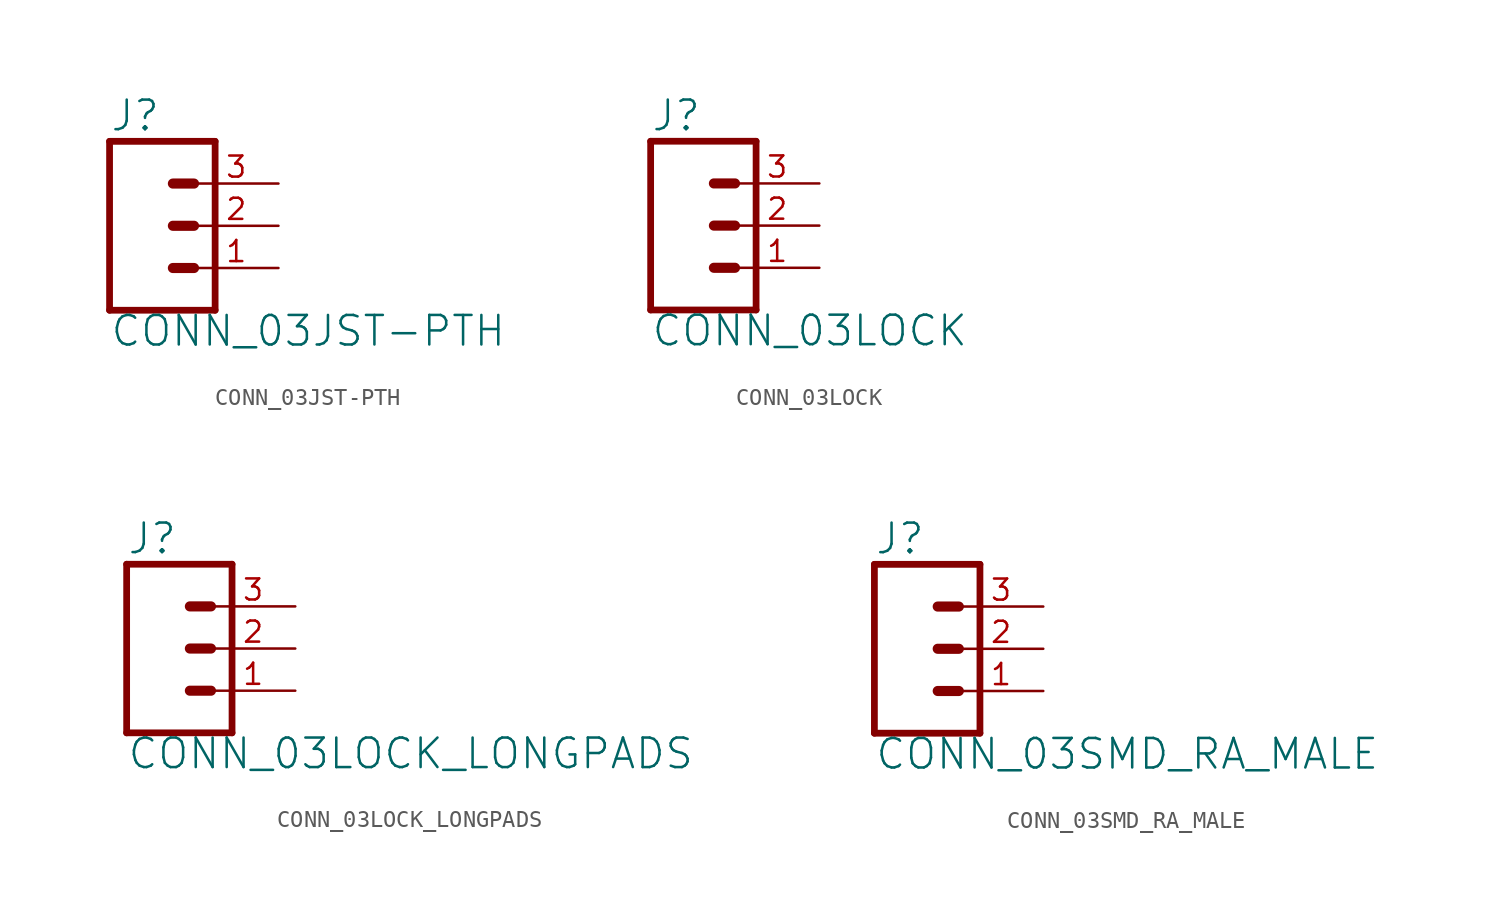
<source format=kicad_sym>
(kicad_symbol_lib
  (version 20220331)
  (generator kicad_symbol_editor)
  (symbol "CONN_03JST-PTH"
    (property "Reference" "J"
      (at -2.54 5.588 0)
      (effects (font (size 1.778 1.778)) (justify left bottom)))
    (property "Value" "CONN_03JST-PTH"
      (at -2.54 -7.366 0)
      (effects (font (size 1.778 1.778)) (justify left bottom)))
    (property "ki_locked" ""
      (at 0 0 0)
      (effects (font (size 1.27 1.27))))
    (symbol "CONN_03JST-PTH_1_0"
      (polyline (pts (xy -2.54 5.08) (xy -2.54 -5.08)) (stroke (width 0.406) (type solid)) (fill (type none)))
      (polyline (pts (xy -2.54 5.08) (xy 3.81 5.08)) (stroke (width 0.406) (type solid)) (fill (type none)))
      (polyline (pts (xy 1.27 -2.54) (xy 2.54 -2.54)) (stroke (width 0.61) (type solid)) (fill (type none)))
      (polyline (pts (xy 1.27 0) (xy 2.54 0)) (stroke (width 0.61) (type solid)) (fill (type none)))
      (polyline (pts (xy 1.27 2.54) (xy 2.54 2.54)) (stroke (width 0.61) (type solid)) (fill (type none)))
      (polyline (pts (xy 3.81 -5.08) (xy -2.54 -5.08)) (stroke (width 0.406) (type solid)) (fill (type none)))
      (polyline (pts (xy 3.81 -5.08) (xy 3.81 5.08)) (stroke (width 0.406) (type solid)) (fill (type none)))
      (pin passive line (at 7.62 -2.54 180) (length 5.08) (name "1" (effects (font (size 0 0)))) (number "1" (effects (font (size 1.27 1.27)))))
      (pin passive line (at 7.62 0 180) (length 5.08) (name "2" (effects (font (size 0 0)))) (number "2" (effects (font (size 1.27 1.27)))))
      (pin passive line (at 7.62 2.54 180) (length 5.08) (name "3" (effects (font (size 0 0)))) (number "3" (effects (font (size 1.27 1.27)))))))
  (symbol "CONN_03LOCK"
    (property "Reference" "J"
      (at -2.54 5.588 0)
      (effects (font (size 1.778 1.778)) (justify left bottom)))
    (property "Value" "CONN_03LOCK"
      (at -2.54 -7.366 0)
      (effects (font (size 1.778 1.778)) (justify left bottom)))
    (property "ki_locked" ""
      (at 0 0 0)
      (effects (font (size 1.27 1.27))))
    (symbol "CONN_03LOCK_1_0"
      (polyline (pts (xy -2.54 5.08) (xy -2.54 -5.08)) (stroke (width 0.406) (type solid)) (fill (type none)))
      (polyline (pts (xy -2.54 5.08) (xy 3.81 5.08)) (stroke (width 0.406) (type solid)) (fill (type none)))
      (polyline (pts (xy 1.27 -2.54) (xy 2.54 -2.54)) (stroke (width 0.61) (type solid)) (fill (type none)))
      (polyline (pts (xy 1.27 0) (xy 2.54 0)) (stroke (width 0.61) (type solid)) (fill (type none)))
      (polyline (pts (xy 1.27 2.54) (xy 2.54 2.54)) (stroke (width 0.61) (type solid)) (fill (type none)))
      (polyline (pts (xy 3.81 -5.08) (xy -2.54 -5.08)) (stroke (width 0.406) (type solid)) (fill (type none)))
      (polyline (pts (xy 3.81 -5.08) (xy 3.81 5.08)) (stroke (width 0.406) (type solid)) (fill (type none)))
      (pin passive line (at 7.62 -2.54 180) (length 5.08) (name "1" (effects (font (size 0 0)))) (number "1" (effects (font (size 1.27 1.27)))))
      (pin passive line (at 7.62 0 180) (length 5.08) (name "2" (effects (font (size 0 0)))) (number "2" (effects (font (size 1.27 1.27)))))
      (pin passive line (at 7.62 2.54 180) (length 5.08) (name "3" (effects (font (size 0 0)))) (number "3" (effects (font (size 1.27 1.27)))))))
  (symbol "CONN_03LOCK_LONGPADS"
    (property "Reference" "J"
      (at -2.54 5.588 0)
      (effects (font (size 1.778 1.778)) (justify left bottom)))
    (property "Value" "CONN_03LOCK_LONGPADS"
      (at -2.54 -7.366 0)
      (effects (font (size 1.778 1.778)) (justify left bottom)))
    (property "ki_locked" ""
      (at 0 0 0)
      (effects (font (size 1.27 1.27))))
    (symbol "CONN_03LOCK_LONGPADS_1_0"
      (polyline (pts (xy -2.54 5.08) (xy -2.54 -5.08)) (stroke (width 0.406) (type solid)) (fill (type none)))
      (polyline (pts (xy -2.54 5.08) (xy 3.81 5.08)) (stroke (width 0.406) (type solid)) (fill (type none)))
      (polyline (pts (xy 1.27 -2.54) (xy 2.54 -2.54)) (stroke (width 0.61) (type solid)) (fill (type none)))
      (polyline (pts (xy 1.27 0) (xy 2.54 0)) (stroke (width 0.61) (type solid)) (fill (type none)))
      (polyline (pts (xy 1.27 2.54) (xy 2.54 2.54)) (stroke (width 0.61) (type solid)) (fill (type none)))
      (polyline (pts (xy 3.81 -5.08) (xy -2.54 -5.08)) (stroke (width 0.406) (type solid)) (fill (type none)))
      (polyline (pts (xy 3.81 -5.08) (xy 3.81 5.08)) (stroke (width 0.406) (type solid)) (fill (type none)))
      (pin passive line (at 7.62 -2.54 180) (length 5.08) (name "1" (effects (font (size 0 0)))) (number "1" (effects (font (size 1.27 1.27)))))
      (pin passive line (at 7.62 0 180) (length 5.08) (name "2" (effects (font (size 0 0)))) (number "2" (effects (font (size 1.27 1.27)))))
      (pin passive line (at 7.62 2.54 180) (length 5.08) (name "3" (effects (font (size 0 0)))) (number "3" (effects (font (size 1.27 1.27)))))))
  (symbol "CONN_03SMD_RA_MALE"
    (property "Reference" "J"
      (at -2.54 5.588 0)
      (effects (font (size 1.778 1.778)) (justify left bottom)))
    (property "Value" "CONN_03SMD_RA_MALE"
      (at -2.54 -7.366 0)
      (effects (font (size 1.778 1.778)) (justify left bottom)))
    (property "ki_locked" ""
      (at 0 0 0)
      (effects (font (size 1.27 1.27))))
    (symbol "CONN_03SMD_RA_MALE_1_0"
      (polyline (pts (xy -2.54 5.08) (xy -2.54 -5.08)) (stroke (width 0.406) (type solid)) (fill (type none)))
      (polyline (pts (xy -2.54 5.08) (xy 3.81 5.08)) (stroke (width 0.406) (type solid)) (fill (type none)))
      (polyline (pts (xy 1.27 -2.54) (xy 2.54 -2.54)) (stroke (width 0.61) (type solid)) (fill (type none)))
      (polyline (pts (xy 1.27 0) (xy 2.54 0)) (stroke (width 0.61) (type solid)) (fill (type none)))
      (polyline (pts (xy 1.27 2.54) (xy 2.54 2.54)) (stroke (width 0.61) (type solid)) (fill (type none)))
      (polyline (pts (xy 3.81 -5.08) (xy -2.54 -5.08)) (stroke (width 0.406) (type solid)) (fill (type none)))
      (polyline (pts (xy 3.81 -5.08) (xy 3.81 5.08)) (stroke (width 0.406) (type solid)) (fill (type none)))
      (pin passive line (at 7.62 -2.54 180) (length 5.08) (name "1" (effects (font (size 0 0)))) (number "1" (effects (font (size 1.27 1.27)))))
      (pin passive line (at 7.62 0 180) (length 5.08) (name "2" (effects (font (size 0 0)))) (number "2" (effects (font (size 1.27 1.27)))))
      (pin passive line (at 7.62 2.54 180) (length 5.08) (name "3" (effects (font (size 0 0)))) (number "3" (effects (font (size 1.27 1.27))))))))
</source>
